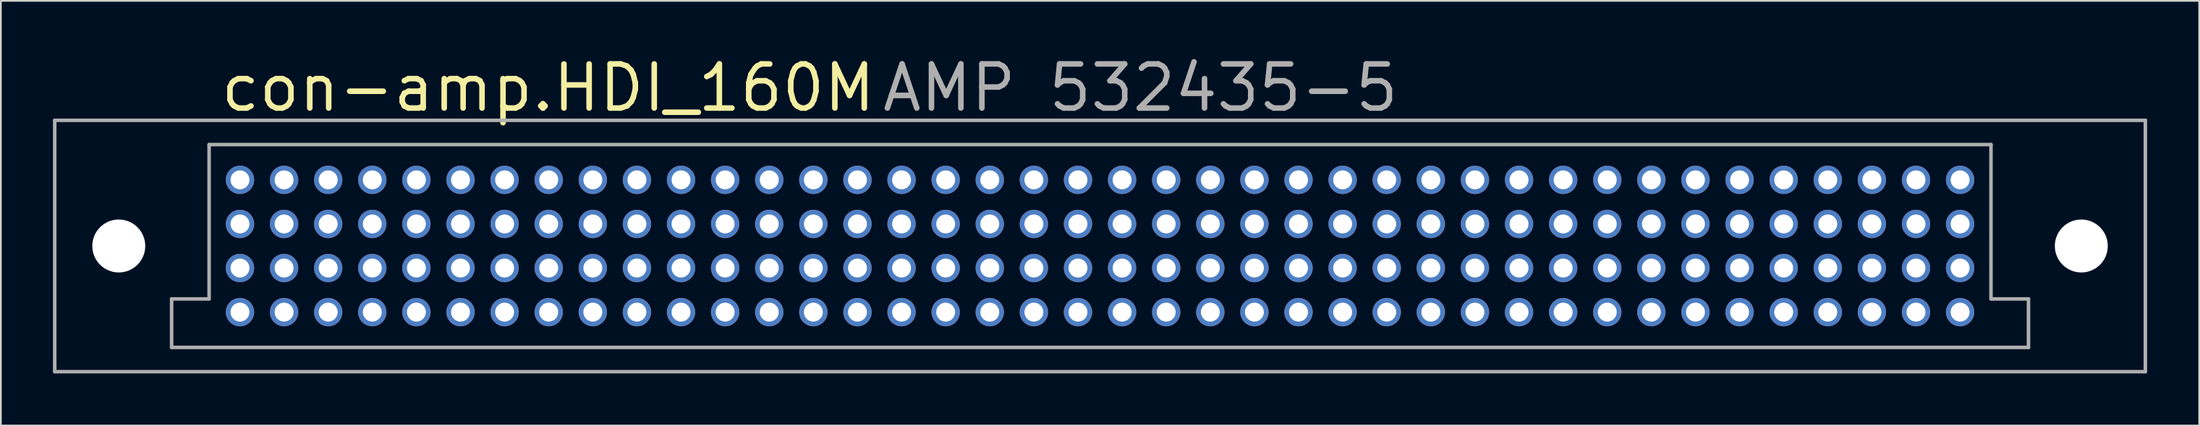
<source format=kicad_pcb>
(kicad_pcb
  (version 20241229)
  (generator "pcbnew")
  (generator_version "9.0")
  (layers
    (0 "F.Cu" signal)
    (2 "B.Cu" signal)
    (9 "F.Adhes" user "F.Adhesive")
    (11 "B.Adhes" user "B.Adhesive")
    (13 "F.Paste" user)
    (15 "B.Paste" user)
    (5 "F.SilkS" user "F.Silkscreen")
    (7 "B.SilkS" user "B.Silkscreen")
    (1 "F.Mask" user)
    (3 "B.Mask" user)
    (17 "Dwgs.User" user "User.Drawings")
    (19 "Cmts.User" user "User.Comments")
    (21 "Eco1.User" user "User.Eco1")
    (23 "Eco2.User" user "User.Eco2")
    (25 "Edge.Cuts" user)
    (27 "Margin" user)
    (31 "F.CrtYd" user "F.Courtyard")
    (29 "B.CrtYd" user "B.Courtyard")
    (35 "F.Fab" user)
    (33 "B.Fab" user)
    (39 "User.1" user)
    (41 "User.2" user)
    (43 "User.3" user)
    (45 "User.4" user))
  (footprint "con-amp.HDI_160M"
    (layer "F.Cu")
    (at 60.3 11.12)
    (property "Reference" "con-amp.HDI_160M" (at -50.8 -7.62 0) (layer "F.SilkS") (effects (font (size 2.54 2.54) (thickness 0.32)) (justify left bottom)))
    (attr through_hole)
    (fp_line (start -60.198 -7.239) (end 60.198 -7.239) (stroke (width 0.203) (type default)) (layer "F.Fab"))
    (fp_line (start -60.198 7.239) (end -60.198 -7.239) (stroke (width 0.203) (type default)) (layer "F.Fab"))
    (fp_line (start -53.467 3.048) (end -51.308 3.048) (stroke (width 0.203) (type default)) (layer "F.Fab"))
    (fp_line (start -53.467 5.842) (end -53.467 3.048) (stroke (width 0.203) (type default)) (layer "F.Fab"))
    (fp_line (start -51.308 -5.842) (end 51.308 -5.842) (stroke (width 0.203) (type default)) (layer "F.Fab"))
    (fp_line (start -51.308 3.048) (end -51.308 -5.842) (stroke (width 0.203) (type default)) (layer "F.Fab"))
    (fp_line (start 51.308 -5.842) (end 51.308 3.048) (stroke (width 0.203) (type default)) (layer "F.Fab"))
    (fp_line (start 51.308 3.048) (end 53.467 3.048) (stroke (width 0.203) (type default)) (layer "F.Fab"))
    (fp_line (start 53.467 3.048) (end 53.467 5.842) (stroke (width 0.203) (type default)) (layer "F.Fab"))
    (fp_line (start 53.467 5.842) (end -53.467 5.842) (stroke (width 0.203) (type default)) (layer "F.Fab"))
    (fp_line (start 60.198 -7.239) (end 60.198 7.239) (stroke (width 0.203) (type default)) (layer "F.Fab"))
    (fp_line (start 60.198 7.239) (end -60.198 7.239) (stroke (width 0.203) (type default)) (layer "F.Fab"))
    (fp_text user "AMP 532435-5" (at -12.7 -7.62 0) (layer "F.Fab") (effects (font (size 2.54 2.54) (thickness 0.32)) (justify left bottom)))
    (pad "" np_thru_hole circle (at -56.51 0) (size 3.05 3.05) (drill 3.05) (layers "*.Cu" "*.Mask"))
    (pad "" np_thru_hole circle (at 56.51 0) (size 3.05 3.05) (drill 3.05) (layers "*.Cu" "*.Mask"))
    (pad "A1" thru_hole circle (at 49.53 -3.81) (size 1.635 1.635) (drill 1.09) (layers "*.Cu" "*.Mask"))
    (pad "A2" thru_hole circle (at 46.99 -3.81) (size 1.635 1.635) (drill 1.09) (layers "*.Cu" "*.Mask"))
    (pad "A3" thru_hole circle (at 44.45 -3.81) (size 1.635 1.635) (drill 1.09) (layers "*.Cu" "*.Mask"))
    (pad "A4" thru_hole circle (at 41.91 -3.81) (size 1.635 1.635) (drill 1.09) (layers "*.Cu" "*.Mask"))
    (pad "A5" thru_hole circle (at 39.37 -3.81) (size 1.635 1.635) (drill 1.09) (layers "*.Cu" "*.Mask"))
    (pad "A6" thru_hole circle (at 36.83 -3.81) (size 1.635 1.635) (drill 1.09) (layers "*.Cu" "*.Mask"))
    (pad "A7" thru_hole circle (at 34.29 -3.81) (size 1.635 1.635) (drill 1.09) (layers "*.Cu" "*.Mask"))
    (pad "A8" thru_hole circle (at 31.75 -3.81) (size 1.635 1.635) (drill 1.09) (layers "*.Cu" "*.Mask"))
    (pad "A9" thru_hole circle (at 29.21 -3.81) (size 1.635 1.635) (drill 1.09) (layers "*.Cu" "*.Mask"))
    (pad "A10" thru_hole circle (at 26.67 -3.81) (size 1.635 1.635) (drill 1.09) (layers "*.Cu" "*.Mask"))
    (pad "A11" thru_hole circle (at 24.13 -3.81) (size 1.635 1.635) (drill 1.09) (layers "*.Cu" "*.Mask"))
    (pad "A12" thru_hole circle (at 21.59 -3.81) (size 1.635 1.635) (drill 1.09) (layers "*.Cu" "*.Mask"))
    (pad "A13" thru_hole circle (at 19.05 -3.81) (size 1.635 1.635) (drill 1.09) (layers "*.Cu" "*.Mask"))
    (pad "A14" thru_hole circle (at 16.51 -3.81) (size 1.635 1.635) (drill 1.09) (layers "*.Cu" "*.Mask"))
    (pad "A15" thru_hole circle (at 13.97 -3.81) (size 1.635 1.635) (drill 1.09) (layers "*.Cu" "*.Mask"))
    (pad "A16" thru_hole circle (at 11.43 -3.81) (size 1.635 1.635) (drill 1.09) (layers "*.Cu" "*.Mask"))
    (pad "A17" thru_hole circle (at 8.89 -3.81) (size 1.635 1.635) (drill 1.09) (layers "*.Cu" "*.Mask"))
    (pad "A18" thru_hole circle (at 6.35 -3.81) (size 1.635 1.635) (drill 1.09) (layers "*.Cu" "*.Mask"))
    (pad "A19" thru_hole circle (at 3.81 -3.81) (size 1.635 1.635) (drill 1.09) (layers "*.Cu" "*.Mask"))
    (pad "A20" thru_hole circle (at 1.27 -3.81) (size 1.635 1.635) (drill 1.09) (layers "*.Cu" "*.Mask"))
    (pad "A21" thru_hole circle (at -1.27 -3.81) (size 1.635 1.635) (drill 1.09) (layers "*.Cu" "*.Mask"))
    (pad "A22" thru_hole circle (at -3.81 -3.81) (size 1.635 1.635) (drill 1.09) (layers "*.Cu" "*.Mask"))
    (pad "A23" thru_hole circle (at -6.35 -3.81) (size 1.635 1.635) (drill 1.09) (layers "*.Cu" "*.Mask"))
    (pad "A24" thru_hole circle (at -8.89 -3.81) (size 1.635 1.635) (drill 1.09) (layers "*.Cu" "*.Mask"))
    (pad "A25" thru_hole circle (at -11.43 -3.81) (size 1.635 1.635) (drill 1.09) (layers "*.Cu" "*.Mask"))
    (pad "A26" thru_hole circle (at -13.97 -3.81) (size 1.635 1.635) (drill 1.09) (layers "*.Cu" "*.Mask"))
    (pad "A27" thru_hole circle (at -16.51 -3.81) (size 1.635 1.635) (drill 1.09) (layers "*.Cu" "*.Mask"))
    (pad "A28" thru_hole circle (at -19.05 -3.81) (size 1.635 1.635) (drill 1.09) (layers "*.Cu" "*.Mask"))
    (pad "A29" thru_hole circle (at -21.59 -3.81) (size 1.635 1.635) (drill 1.09) (layers "*.Cu" "*.Mask"))
    (pad "A30" thru_hole circle (at -24.13 -3.81) (size 1.635 1.635) (drill 1.09) (layers "*.Cu" "*.Mask"))
    (pad "A31" thru_hole circle (at -26.67 -3.81) (size 1.635 1.635) (drill 1.09) (layers "*.Cu" "*.Mask"))
    (pad "A32" thru_hole circle (at -29.21 -3.81) (size 1.635 1.635) (drill 1.09) (layers "*.Cu" "*.Mask"))
    (pad "A33" thru_hole circle (at -31.75 -3.81) (size 1.635 1.635) (drill 1.09) (layers "*.Cu" "*.Mask"))
    (pad "A34" thru_hole circle (at -34.29 -3.81) (size 1.635 1.635) (drill 1.09) (layers "*.Cu" "*.Mask"))
    (pad "A35" thru_hole circle (at -36.83 -3.81) (size 1.635 1.635) (drill 1.09) (layers "*.Cu" "*.Mask"))
    (pad "A36" thru_hole circle (at -39.37 -3.81) (size 1.635 1.635) (drill 1.09) (layers "*.Cu" "*.Mask"))
    (pad "A37" thru_hole circle (at -41.91 -3.81) (size 1.635 1.635) (drill 1.09) (layers "*.Cu" "*.Mask"))
    (pad "A38" thru_hole circle (at -44.45 -3.81) (size 1.635 1.635) (drill 1.09) (layers "*.Cu" "*.Mask"))
    (pad "A39" thru_hole circle (at -46.99 -3.81) (size 1.635 1.635) (drill 1.09) (layers "*.Cu" "*.Mask"))
    (pad "A40" thru_hole circle (at -49.53 -3.81) (size 1.635 1.635) (drill 1.09) (layers "*.Cu" "*.Mask"))
    (pad "B1" thru_hole circle (at 49.53 -1.27) (size 1.635 1.635) (drill 1.09) (layers "*.Cu" "*.Mask"))
    (pad "B2" thru_hole circle (at 46.99 -1.27) (size 1.635 1.635) (drill 1.09) (layers "*.Cu" "*.Mask"))
    (pad "B3" thru_hole circle (at 44.45 -1.27) (size 1.635 1.635) (drill 1.09) (layers "*.Cu" "*.Mask"))
    (pad "B4" thru_hole circle (at 41.91 -1.27) (size 1.635 1.635) (drill 1.09) (layers "*.Cu" "*.Mask"))
    (pad "B5" thru_hole circle (at 39.37 -1.27) (size 1.635 1.635) (drill 1.09) (layers "*.Cu" "*.Mask"))
    (pad "B6" thru_hole circle (at 36.83 -1.27) (size 1.635 1.635) (drill 1.09) (layers "*.Cu" "*.Mask"))
    (pad "B7" thru_hole circle (at 34.29 -1.27) (size 1.635 1.635) (drill 1.09) (layers "*.Cu" "*.Mask"))
    (pad "B8" thru_hole circle (at 31.75 -1.27) (size 1.635 1.635) (drill 1.09) (layers "*.Cu" "*.Mask"))
    (pad "B9" thru_hole circle (at 29.21 -1.27) (size 1.635 1.635) (drill 1.09) (layers "*.Cu" "*.Mask"))
    (pad "B10" thru_hole circle (at 26.67 -1.27) (size 1.635 1.635) (drill 1.09) (layers "*.Cu" "*.Mask"))
    (pad "B11" thru_hole circle (at 24.13 -1.27) (size 1.635 1.635) (drill 1.09) (layers "*.Cu" "*.Mask"))
    (pad "B12" thru_hole circle (at 21.59 -1.27) (size 1.635 1.635) (drill 1.09) (layers "*.Cu" "*.Mask"))
    (pad "B13" thru_hole circle (at 19.05 -1.27) (size 1.635 1.635) (drill 1.09) (layers "*.Cu" "*.Mask"))
    (pad "B14" thru_hole circle (at 16.51 -1.27) (size 1.635 1.635) (drill 1.09) (layers "*.Cu" "*.Mask"))
    (pad "B15" thru_hole circle (at 13.97 -1.27) (size 1.635 1.635) (drill 1.09) (layers "*.Cu" "*.Mask"))
    (pad "B16" thru_hole circle (at 11.43 -1.27) (size 1.635 1.635) (drill 1.09) (layers "*.Cu" "*.Mask"))
    (pad "B17" thru_hole circle (at 8.89 -1.27) (size 1.635 1.635) (drill 1.09) (layers "*.Cu" "*.Mask"))
    (pad "B18" thru_hole circle (at 6.35 -1.27) (size 1.635 1.635) (drill 1.09) (layers "*.Cu" "*.Mask"))
    (pad "B19" thru_hole circle (at 3.81 -1.27) (size 1.635 1.635) (drill 1.09) (layers "*.Cu" "*.Mask"))
    (pad "B20" thru_hole circle (at 1.27 -1.27) (size 1.635 1.635) (drill 1.09) (layers "*.Cu" "*.Mask"))
    (pad "B21" thru_hole circle (at -1.27 -1.27) (size 1.635 1.635) (drill 1.09) (layers "*.Cu" "*.Mask"))
    (pad "B22" thru_hole circle (at -3.81 -1.27) (size 1.635 1.635) (drill 1.09) (layers "*.Cu" "*.Mask"))
    (pad "B23" thru_hole circle (at -6.35 -1.27) (size 1.635 1.635) (drill 1.09) (layers "*.Cu" "*.Mask"))
    (pad "B24" thru_hole circle (at -8.89 -1.27) (size 1.635 1.635) (drill 1.09) (layers "*.Cu" "*.Mask"))
    (pad "B25" thru_hole circle (at -11.43 -1.27) (size 1.635 1.635) (drill 1.09) (layers "*.Cu" "*.Mask"))
    (pad "B26" thru_hole circle (at -13.97 -1.27) (size 1.635 1.635) (drill 1.09) (layers "*.Cu" "*.Mask"))
    (pad "B27" thru_hole circle (at -16.51 -1.27) (size 1.635 1.635) (drill 1.09) (layers "*.Cu" "*.Mask"))
    (pad "B28" thru_hole circle (at -19.05 -1.27) (size 1.635 1.635) (drill 1.09) (layers "*.Cu" "*.Mask"))
    (pad "B29" thru_hole circle (at -21.59 -1.27) (size 1.635 1.635) (drill 1.09) (layers "*.Cu" "*.Mask"))
    (pad "B30" thru_hole circle (at -24.13 -1.27) (size 1.635 1.635) (drill 1.09) (layers "*.Cu" "*.Mask"))
    (pad "B31" thru_hole circle (at -26.67 -1.27) (size 1.635 1.635) (drill 1.09) (layers "*.Cu" "*.Mask"))
    (pad "B32" thru_hole circle (at -29.21 -1.27) (size 1.635 1.635) (drill 1.09) (layers "*.Cu" "*.Mask"))
    (pad "B33" thru_hole circle (at -31.75 -1.27) (size 1.635 1.635) (drill 1.09) (layers "*.Cu" "*.Mask"))
    (pad "B34" thru_hole circle (at -34.29 -1.27) (size 1.635 1.635) (drill 1.09) (layers "*.Cu" "*.Mask"))
    (pad "B35" thru_hole circle (at -36.83 -1.27) (size 1.635 1.635) (drill 1.09) (layers "*.Cu" "*.Mask"))
    (pad "B36" thru_hole circle (at -39.37 -1.27) (size 1.635 1.635) (drill 1.09) (layers "*.Cu" "*.Mask"))
    (pad "B37" thru_hole circle (at -41.91 -1.27) (size 1.635 1.635) (drill 1.09) (layers "*.Cu" "*.Mask"))
    (pad "B38" thru_hole circle (at -44.45 -1.27) (size 1.635 1.635) (drill 1.09) (layers "*.Cu" "*.Mask"))
    (pad "B39" thru_hole circle (at -46.99 -1.27) (size 1.635 1.635) (drill 1.09) (layers "*.Cu" "*.Mask"))
    (pad "B40" thru_hole circle (at -49.53 -1.27) (size 1.635 1.635) (drill 1.09) (layers "*.Cu" "*.Mask"))
    (pad "C1" thru_hole circle (at 49.53 1.27) (size 1.635 1.635) (drill 1.09) (layers "*.Cu" "*.Mask"))
    (pad "C2" thru_hole circle (at 46.99 1.27) (size 1.635 1.635) (drill 1.09) (layers "*.Cu" "*.Mask"))
    (pad "C3" thru_hole circle (at 44.45 1.27) (size 1.635 1.635) (drill 1.09) (layers "*.Cu" "*.Mask"))
    (pad "C4" thru_hole circle (at 41.91 1.27) (size 1.635 1.635) (drill 1.09) (layers "*.Cu" "*.Mask"))
    (pad "C5" thru_hole circle (at 39.37 1.27) (size 1.635 1.635) (drill 1.09) (layers "*.Cu" "*.Mask"))
    (pad "C6" thru_hole circle (at 36.83 1.27) (size 1.635 1.635) (drill 1.09) (layers "*.Cu" "*.Mask"))
    (pad "C7" thru_hole circle (at 34.29 1.27) (size 1.635 1.635) (drill 1.09) (layers "*.Cu" "*.Mask"))
    (pad "C8" thru_hole circle (at 31.75 1.27) (size 1.635 1.635) (drill 1.09) (layers "*.Cu" "*.Mask"))
    (pad "C9" thru_hole circle (at 29.21 1.27) (size 1.635 1.635) (drill 1.09) (layers "*.Cu" "*.Mask"))
    (pad "C10" thru_hole circle (at 26.67 1.27) (size 1.635 1.635) (drill 1.09) (layers "*.Cu" "*.Mask"))
    (pad "C11" thru_hole circle (at 24.13 1.27) (size 1.635 1.635) (drill 1.09) (layers "*.Cu" "*.Mask"))
    (pad "C12" thru_hole circle (at 21.59 1.27) (size 1.635 1.635) (drill 1.09) (layers "*.Cu" "*.Mask"))
    (pad "C13" thru_hole circle (at 19.05 1.27) (size 1.635 1.635) (drill 1.09) (layers "*.Cu" "*.Mask"))
    (pad "C14" thru_hole circle (at 16.51 1.27) (size 1.635 1.635) (drill 1.09) (layers "*.Cu" "*.Mask"))
    (pad "C15" thru_hole circle (at 13.97 1.27) (size 1.635 1.635) (drill 1.09) (layers "*.Cu" "*.Mask"))
    (pad "C16" thru_hole circle (at 11.43 1.27) (size 1.635 1.635) (drill 1.09) (layers "*.Cu" "*.Mask"))
    (pad "C17" thru_hole circle (at 8.89 1.27) (size 1.635 1.635) (drill 1.09) (layers "*.Cu" "*.Mask"))
    (pad "C18" thru_hole circle (at 6.35 1.27) (size 1.635 1.635) (drill 1.09) (layers "*.Cu" "*.Mask"))
    (pad "C19" thru_hole circle (at 3.81 1.27) (size 1.635 1.635) (drill 1.09) (layers "*.Cu" "*.Mask"))
    (pad "C20" thru_hole circle (at 1.27 1.27) (size 1.635 1.635) (drill 1.09) (layers "*.Cu" "*.Mask"))
    (pad "C21" thru_hole circle (at -1.27 1.27) (size 1.635 1.635) (drill 1.09) (layers "*.Cu" "*.Mask"))
    (pad "C22" thru_hole circle (at -3.81 1.27) (size 1.635 1.635) (drill 1.09) (layers "*.Cu" "*.Mask"))
    (pad "C23" thru_hole circle (at -6.35 1.27) (size 1.635 1.635) (drill 1.09) (layers "*.Cu" "*.Mask"))
    (pad "C24" thru_hole circle (at -8.89 1.27) (size 1.635 1.635) (drill 1.09) (layers "*.Cu" "*.Mask"))
    (pad "C25" thru_hole circle (at -11.43 1.27) (size 1.635 1.635) (drill 1.09) (layers "*.Cu" "*.Mask"))
    (pad "C26" thru_hole circle (at -13.97 1.27) (size 1.635 1.635) (drill 1.09) (layers "*.Cu" "*.Mask"))
    (pad "C27" thru_hole circle (at -16.51 1.27) (size 1.635 1.635) (drill 1.09) (layers "*.Cu" "*.Mask"))
    (pad "C28" thru_hole circle (at -19.05 1.27) (size 1.635 1.635) (drill 1.09) (layers "*.Cu" "*.Mask"))
    (pad "C29" thru_hole circle (at -21.59 1.27) (size 1.635 1.635) (drill 1.09) (layers "*.Cu" "*.Mask"))
    (pad "C30" thru_hole circle (at -24.13 1.27) (size 1.635 1.635) (drill 1.09) (layers "*.Cu" "*.Mask"))
    (pad "C31" thru_hole circle (at -26.67 1.27) (size 1.635 1.635) (drill 1.09) (layers "*.Cu" "*.Mask"))
    (pad "C32" thru_hole circle (at -29.21 1.27) (size 1.635 1.635) (drill 1.09) (layers "*.Cu" "*.Mask"))
    (pad "C33" thru_hole circle (at -31.75 1.27) (size 1.635 1.635) (drill 1.09) (layers "*.Cu" "*.Mask"))
    (pad "C34" thru_hole circle (at -34.29 1.27) (size 1.635 1.635) (drill 1.09) (layers "*.Cu" "*.Mask"))
    (pad "C35" thru_hole circle (at -36.83 1.27) (size 1.635 1.635) (drill 1.09) (layers "*.Cu" "*.Mask"))
    (pad "C36" thru_hole circle (at -39.37 1.27) (size 1.635 1.635) (drill 1.09) (layers "*.Cu" "*.Mask"))
    (pad "C37" thru_hole circle (at -41.91 1.27) (size 1.635 1.635) (drill 1.09) (layers "*.Cu" "*.Mask"))
    (pad "C38" thru_hole circle (at -44.45 1.27) (size 1.635 1.635) (drill 1.09) (layers "*.Cu" "*.Mask"))
    (pad "C39" thru_hole circle (at -46.99 1.27) (size 1.635 1.635) (drill 1.09) (layers "*.Cu" "*.Mask"))
    (pad "C40" thru_hole circle (at -49.53 1.27) (size 1.635 1.635) (drill 1.09) (layers "*.Cu" "*.Mask"))
    (pad "D1" thru_hole circle (at 49.53 3.81) (size 1.635 1.635) (drill 1.09) (layers "*.Cu" "*.Mask"))
    (pad "D2" thru_hole circle (at 46.99 3.81) (size 1.635 1.635) (drill 1.09) (layers "*.Cu" "*.Mask"))
    (pad "D3" thru_hole circle (at 44.45 3.81) (size 1.635 1.635) (drill 1.09) (layers "*.Cu" "*.Mask"))
    (pad "D4" thru_hole circle (at 41.91 3.81) (size 1.635 1.635) (drill 1.09) (layers "*.Cu" "*.Mask"))
    (pad "D5" thru_hole circle (at 39.37 3.81) (size 1.635 1.635) (drill 1.09) (layers "*.Cu" "*.Mask"))
    (pad "D6" thru_hole circle (at 36.83 3.81) (size 1.635 1.635) (drill 1.09) (layers "*.Cu" "*.Mask"))
    (pad "D7" thru_hole circle (at 34.29 3.81) (size 1.635 1.635) (drill 1.09) (layers "*.Cu" "*.Mask"))
    (pad "D8" thru_hole circle (at 31.75 3.81) (size 1.635 1.635) (drill 1.09) (layers "*.Cu" "*.Mask"))
    (pad "D9" thru_hole circle (at 29.21 3.81) (size 1.635 1.635) (drill 1.09) (layers "*.Cu" "*.Mask"))
    (pad "D10" thru_hole circle (at 26.67 3.81) (size 1.635 1.635) (drill 1.09) (layers "*.Cu" "*.Mask"))
    (pad "D11" thru_hole circle (at 24.13 3.81) (size 1.635 1.635) (drill 1.09) (layers "*.Cu" "*.Mask"))
    (pad "D12" thru_hole circle (at 21.59 3.81) (size 1.635 1.635) (drill 1.09) (layers "*.Cu" "*.Mask"))
    (pad "D13" thru_hole circle (at 19.05 3.81) (size 1.635 1.635) (drill 1.09) (layers "*.Cu" "*.Mask"))
    (pad "D14" thru_hole circle (at 16.51 3.81) (size 1.635 1.635) (drill 1.09) (layers "*.Cu" "*.Mask"))
    (pad "D15" thru_hole circle (at 13.97 3.81) (size 1.635 1.635) (drill 1.09) (layers "*.Cu" "*.Mask"))
    (pad "D16" thru_hole circle (at 11.43 3.81) (size 1.635 1.635) (drill 1.09) (layers "*.Cu" "*.Mask"))
    (pad "D17" thru_hole circle (at 8.89 3.81) (size 1.635 1.635) (drill 1.09) (layers "*.Cu" "*.Mask"))
    (pad "D18" thru_hole circle (at 6.35 3.81) (size 1.635 1.635) (drill 1.09) (layers "*.Cu" "*.Mask"))
    (pad "D19" thru_hole circle (at 3.81 3.81) (size 1.635 1.635) (drill 1.09) (layers "*.Cu" "*.Mask"))
    (pad "D20" thru_hole circle (at 1.27 3.81) (size 1.635 1.635) (drill 1.09) (layers "*.Cu" "*.Mask"))
    (pad "D21" thru_hole circle (at -1.27 3.81) (size 1.635 1.635) (drill 1.09) (layers "*.Cu" "*.Mask"))
    (pad "D22" thru_hole circle (at -3.81 3.81) (size 1.635 1.635) (drill 1.09) (layers "*.Cu" "*.Mask"))
    (pad "D23" thru_hole circle (at -6.35 3.81) (size 1.635 1.635) (drill 1.09) (layers "*.Cu" "*.Mask"))
    (pad "D24" thru_hole circle (at -8.89 3.81) (size 1.635 1.635) (drill 1.09) (layers "*.Cu" "*.Mask"))
    (pad "D25" thru_hole circle (at -11.43 3.81) (size 1.635 1.635) (drill 1.09) (layers "*.Cu" "*.Mask"))
    (pad "D26" thru_hole circle (at -13.97 3.81) (size 1.635 1.635) (drill 1.09) (layers "*.Cu" "*.Mask"))
    (pad "D27" thru_hole circle (at -16.51 3.81) (size 1.635 1.635) (drill 1.09) (layers "*.Cu" "*.Mask"))
    (pad "D28" thru_hole circle (at -19.05 3.81) (size 1.635 1.635) (drill 1.09) (layers "*.Cu" "*.Mask"))
    (pad "D29" thru_hole circle (at -21.59 3.81) (size 1.635 1.635) (drill 1.09) (layers "*.Cu" "*.Mask"))
    (pad "D30" thru_hole circle (at -24.13 3.81) (size 1.635 1.635) (drill 1.09) (layers "*.Cu" "*.Mask"))
    (pad "D31" thru_hole circle (at -26.67 3.81) (size 1.635 1.635) (drill 1.09) (layers "*.Cu" "*.Mask"))
    (pad "D32" thru_hole circle (at -29.21 3.81) (size 1.635 1.635) (drill 1.09) (layers "*.Cu" "*.Mask"))
    (pad "D33" thru_hole circle (at -31.75 3.81) (size 1.635 1.635) (drill 1.09) (layers "*.Cu" "*.Mask"))
    (pad "D34" thru_hole circle (at -34.29 3.81) (size 1.635 1.635) (drill 1.09) (layers "*.Cu" "*.Mask"))
    (pad "D35" thru_hole circle (at -36.83 3.81) (size 1.635 1.635) (drill 1.09) (layers "*.Cu" "*.Mask"))
    (pad "D36" thru_hole circle (at -39.37 3.81) (size 1.635 1.635) (drill 1.09) (layers "*.Cu" "*.Mask"))
    (pad "D37" thru_hole circle (at -41.91 3.81) (size 1.635 1.635) (drill 1.09) (layers "*.Cu" "*.Mask"))
    (pad "D38" thru_hole circle (at -44.45 3.81) (size 1.635 1.635) (drill 1.09) (layers "*.Cu" "*.Mask"))
    (pad "D39" thru_hole circle (at -46.99 3.81) (size 1.635 1.635) (drill 1.09) (layers "*.Cu" "*.Mask"))
    (pad "D40" thru_hole circle (at -49.53 3.81) (size 1.635 1.635) (drill 1.09) (layers "*.Cu" "*.Mask")))
  (gr_rect
    (start -3 -3)
    (end 123.599 21.461)
    (stroke (width 0.1) (type default))
    (fill no)
    (layer "Edge.Cuts")))
</source>
